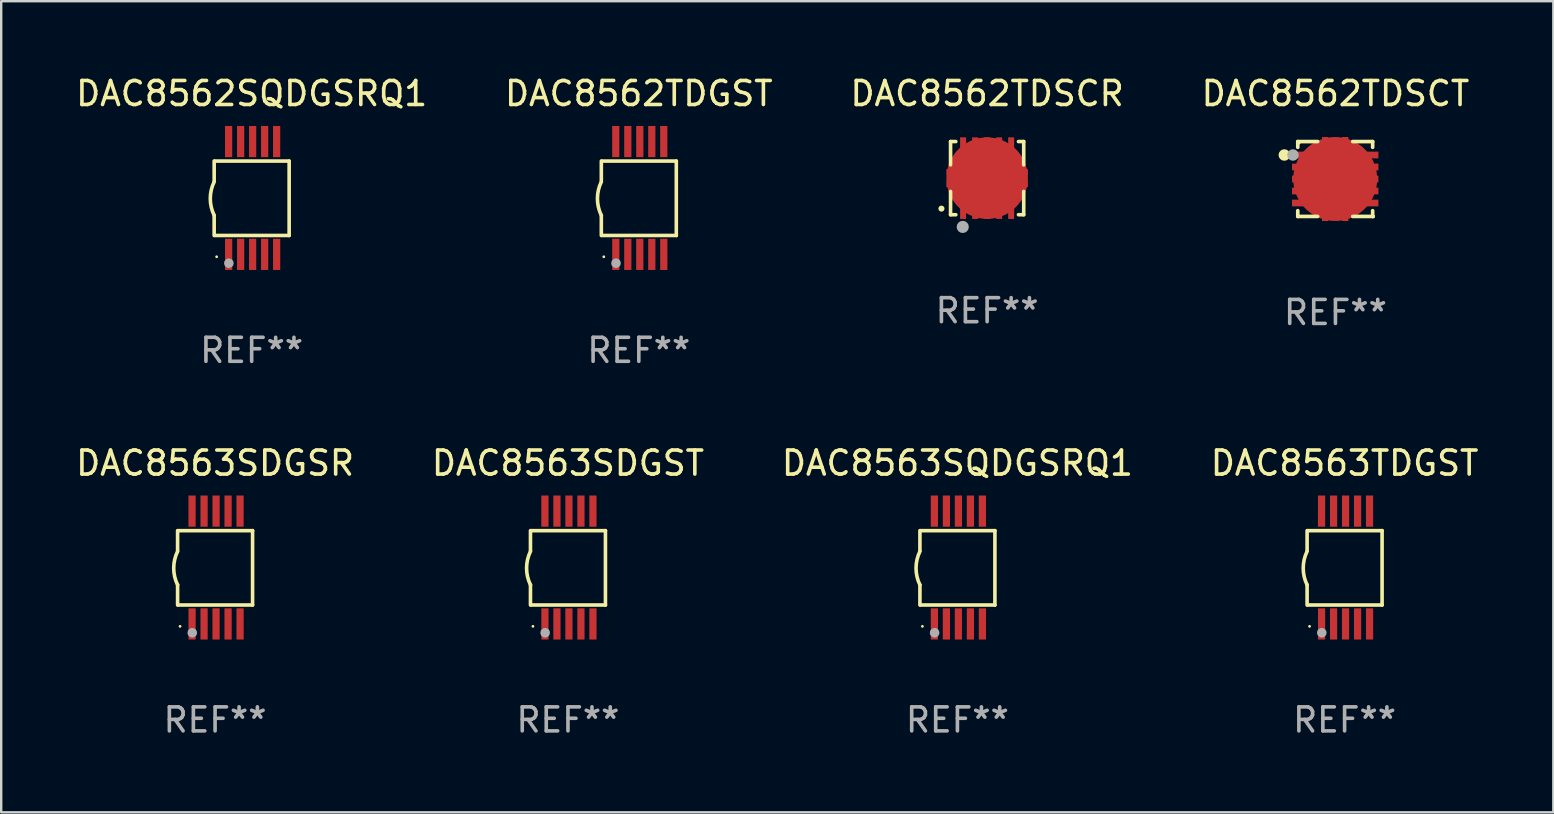
<source format=kicad_pcb>
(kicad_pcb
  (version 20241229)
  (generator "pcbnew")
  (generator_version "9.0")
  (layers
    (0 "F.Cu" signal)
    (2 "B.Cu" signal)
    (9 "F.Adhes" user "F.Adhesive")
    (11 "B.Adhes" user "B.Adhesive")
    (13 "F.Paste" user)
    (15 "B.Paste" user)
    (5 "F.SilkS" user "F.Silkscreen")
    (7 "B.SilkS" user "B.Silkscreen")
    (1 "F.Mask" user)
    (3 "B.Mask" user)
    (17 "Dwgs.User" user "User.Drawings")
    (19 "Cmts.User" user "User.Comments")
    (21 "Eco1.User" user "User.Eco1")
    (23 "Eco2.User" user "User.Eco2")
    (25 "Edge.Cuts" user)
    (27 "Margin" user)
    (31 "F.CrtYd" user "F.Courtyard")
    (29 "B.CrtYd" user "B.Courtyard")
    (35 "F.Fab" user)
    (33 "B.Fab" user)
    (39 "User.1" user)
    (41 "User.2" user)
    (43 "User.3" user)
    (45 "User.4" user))
  (footprint "DAC8563TDGST"
    (layer "F.Cu")
    (at 52.97 20.595)
    (property "Reference" "DAC8563TDGST" (at 0 -4.35 0) (layer "F.SilkS") (effects (font (size 1 1) (thickness 0.15))))
    (attr through_hole)
    (fp_line (start -1.562 -1.537) (end -1.562 -0.698) (stroke (width 0.15) (type solid)) (layer "F.SilkS"))
    (fp_line (start -1.562 0.724) (end -1.562 1.562) (stroke (width 0.15) (type solid)) (layer "F.SilkS"))
    (fp_line (start -1.538 -1.537) (end 1.562 -1.537) (stroke (width 0.15) (type solid)) (layer "F.SilkS"))
    (fp_line (start -1.538 1.562) (end 1.562 1.562) (stroke (width 0.15) (type solid)) (layer "F.SilkS"))
    (fp_line (start 1.562 1.564) (end 1.562 -1.537) (stroke (width 0.15) (type solid)) (layer "F.SilkS"))
    (fp_arc (start -1.562103 0.724079) (mid -1.723579 0.025578) (end -1.562103 -0.672924) (stroke (width 0.150013) (type solid)) (layer "F.SilkS"))
    (fp_circle (center -1.459 2.45) (end -1.429 2.45) (stroke (width 0.06) (type solid)) (fill no) (layer "F.SilkS"))
    (fp_circle (center -0.95 2.718) (end -0.85 2.718) (stroke (width 0.2) (type solid)) (fill no) (layer "F.Fab"))
    (fp_text user "REF**" (at 0 6.35 0) (layer "F.Fab") (effects (font (size 1 1) (thickness 0.15))))
    (pad "1" smd rect (at -0.959 2.35) (size 0.3 1.3) (layers "F.Cu" "F.Mask" "F.Paste"))
    (pad "2" smd rect (at -0.459 2.35) (size 0.3 1.3) (layers "F.Cu" "F.Mask" "F.Paste"))
    (pad "3" smd rect (at 0.04 2.35) (size 0.3 1.3) (layers "F.Cu" "F.Mask" "F.Paste"))
    (pad "4" smd rect (at 0.541 2.35) (size 0.3 1.3) (layers "F.Cu" "F.Mask" "F.Paste"))
    (pad "5" smd rect (at 1.041 2.35) (size 0.3 1.3) (layers "F.Cu" "F.Mask" "F.Paste"))
    (pad "6" smd rect (at 1.04 -2.35) (size 0.3 1.3) (layers "F.Cu" "F.Mask" "F.Paste"))
    (pad "7" smd rect (at 0.541 -2.35) (size 0.3 1.3) (layers "F.Cu" "F.Mask" "F.Paste"))
    (pad "8" smd rect (at 0.041 -2.35) (size 0.3 1.3) (layers "F.Cu" "F.Mask" "F.Paste"))
    (pad "9" smd rect (at -0.459 -2.35) (size 0.3 1.3) (layers "F.Cu" "F.Mask" "F.Paste"))
    (pad "10" smd rect (at -0.96 -2.35) (size 0.3 1.3) (layers "F.Cu" "F.Mask" "F.Paste")))
  (footprint "DAC8563SDGSR"
    (layer "F.Cu")
    (at 5.911 20.595)
    (property "Reference" "DAC8563SDGSR" (at 0 -4.35 0) (layer "F.SilkS") (effects (font (size 1 1) (thickness 0.15))))
    (attr through_hole)
    (fp_line (start -1.562 -1.537) (end -1.562 -0.698) (stroke (width 0.15) (type solid)) (layer "F.SilkS"))
    (fp_line (start -1.562 0.724) (end -1.562 1.562) (stroke (width 0.15) (type solid)) (layer "F.SilkS"))
    (fp_line (start -1.538 -1.537) (end 1.562 -1.537) (stroke (width 0.15) (type solid)) (layer "F.SilkS"))
    (fp_line (start -1.538 1.562) (end 1.562 1.562) (stroke (width 0.15) (type solid)) (layer "F.SilkS"))
    (fp_line (start 1.562 1.564) (end 1.562 -1.537) (stroke (width 0.15) (type solid)) (layer "F.SilkS"))
    (fp_arc (start -1.562103 0.724079) (mid -1.723579 0.025578) (end -1.562103 -0.672924) (stroke (width 0.150013) (type solid)) (layer "F.SilkS"))
    (fp_circle (center -1.459 2.45) (end -1.429 2.45) (stroke (width 0.06) (type solid)) (fill no) (layer "F.SilkS"))
    (fp_circle (center -0.95 2.718) (end -0.85 2.718) (stroke (width 0.2) (type solid)) (fill no) (layer "F.Fab"))
    (fp_text user "REF**" (at 0 6.35 0) (layer "F.Fab") (effects (font (size 1 1) (thickness 0.15))))
    (pad "1" smd rect (at -0.959 2.35) (size 0.3 1.3) (layers "F.Cu" "F.Mask" "F.Paste"))
    (pad "2" smd rect (at -0.459 2.35) (size 0.3 1.3) (layers "F.Cu" "F.Mask" "F.Paste"))
    (pad "3" smd rect (at 0.04 2.35) (size 0.3 1.3) (layers "F.Cu" "F.Mask" "F.Paste"))
    (pad "4" smd rect (at 0.541 2.35) (size 0.3 1.3) (layers "F.Cu" "F.Mask" "F.Paste"))
    (pad "5" smd rect (at 1.041 2.35) (size 0.3 1.3) (layers "F.Cu" "F.Mask" "F.Paste"))
    (pad "6" smd rect (at 1.04 -2.35) (size 0.3 1.3) (layers "F.Cu" "F.Mask" "F.Paste"))
    (pad "7" smd rect (at 0.541 -2.35) (size 0.3 1.3) (layers "F.Cu" "F.Mask" "F.Paste"))
    (pad "8" smd rect (at 0.041 -2.35) (size 0.3 1.3) (layers "F.Cu" "F.Mask" "F.Paste"))
    (pad "9" smd rect (at -0.459 -2.35) (size 0.3 1.3) (layers "F.Cu" "F.Mask" "F.Paste"))
    (pad "10" smd rect (at -0.96 -2.35) (size 0.3 1.3) (layers "F.Cu" "F.Mask" "F.Paste")))
  (footprint "DAC8562TDSCR"
    (layer "F.Cu")
    (at 38.077 4.372)
    (property "Reference" "DAC8562TDSCR" (at 0 -3.524 0) (layer "F.SilkS") (effects (font (size 1 1) (thickness 0.15))))
    (attr through_hole)
    (fp_line (start -1.524 -1.524) (end -1.524 -0.554) (stroke (width 0.15) (type solid)) (layer "F.SilkS"))
    (fp_line (start -1.524 0.554) (end -1.524 1.524) (stroke (width 0.15) (type solid)) (layer "F.SilkS"))
    (fp_line (start -1.524 1.524) (end -1.305 1.524) (stroke (width 0.15) (type solid)) (layer "F.SilkS"))
    (fp_line (start -1.305 -1.524) (end -1.524 -1.524) (stroke (width 0.15) (type solid)) (layer "F.SilkS"))
    (fp_line (start 1.305 1.524) (end 1.524 1.524) (stroke (width 0.15) (type solid)) (layer "F.SilkS"))
    (fp_line (start 1.524 -1.524) (end 1.305 -1.524) (stroke (width 0.15) (type solid)) (layer "F.SilkS"))
    (fp_line (start 1.524 -0.554) (end 1.524 -1.524) (stroke (width 0.15) (type solid)) (layer "F.SilkS"))
    (fp_line (start 1.524 1.524) (end 1.524 0.554) (stroke (width 0.15) (type solid)) (layer "F.SilkS"))
    (fp_arc (start -1.905004 1.270003) (mid -1.903734 1.269996) (end -1.902464 1.270003) (stroke (width 0.25) (type solid)) (layer "F.SilkS"))
    (fp_circle (center -1.504 1.502) (end -1.474 1.502) (stroke (width 0.06) (type solid)) (fill no) (layer "F.SilkS"))
    (fp_circle (center -1.016 2.032) (end -0.889 2.032) (stroke (width 0.254) (type solid)) (fill no) (layer "F.Fab"))
    (fp_text user "REF**" (at 0 5.524 0) (layer "F.Fab") (effects (font (size 1 1) (thickness 0.15))))
    (pad "1" smd rect (at -1.001 1.4 180) (size 0.25 0.6) (layers "F.Cu" "F.Mask" "F.Paste"))
    (pad "2" smd rect (at -0.5 1.4 180) (size 0.25 0.6) (layers "F.Cu" "F.Mask" "F.Paste"))
    (pad "3" smd rect (at 0.000102 1.4 180) (size 0.25 0.6) (layers "F.Cu" "F.Mask" "F.Paste"))
    (pad "4" smd rect (at 0.5 1.4 180) (size 0.25 0.6) (layers "F.Cu" "F.Mask" "F.Paste"))
    (pad "5" smd rect (at 1.001 1.4 180) (size 0.25 0.6) (layers "F.Cu" "F.Mask" "F.Paste"))
    (pad "6" smd rect (at 1.001 -1.4) (size 0.25 0.6) (layers "F.Cu" "F.Mask" "F.Paste"))
    (pad "7" smd rect (at 0.5 -1.4) (size 0.25 0.6) (layers "F.Cu" "F.Mask" "F.Paste"))
    (pad "8" smd rect (at 0.000102 -1.4) (size 0.25 0.6) (layers "F.Cu" "F.Mask" "F.Paste"))
    (pad "9" smd rect (at -0.5 -1.4) (size 0.25 0.6) (layers "F.Cu" "F.Mask" "F.Paste"))
    (pad "10" smd rect (at -1.001 -1.4) (size 0.25 0.6) (layers "F.Cu" "F.Mask" "F.Paste"))
    (pad "11" smd custom (at 0.000102 0.000102) (size 3.4 1.65) (layers "F.Cu" "F.Mask" "F.Paste") (options (anchor circle)) (primitives (gr_poly (pts (xy -1.7 0.125) (xy -1.2 0.125) (xy -1.2 -0.125) (xy -1.7 -0.125) (xy -1.7 -0.375) (xy -1.2 -0.375) (xy -1.2 -0.825) (xy 1.2 -0.825) (xy 1.2 -0.375) (xy 1.7 -0.375) (xy 1.7 -0.125) (xy 1.2 -0.125) (xy 1.2 0.125) (xy 1.7 0.125) (xy 1.7 0.375) (xy 1.2 0.375) (xy 1.2 0.825) (xy -1.2 0.825) (xy -1.2 0.375) (xy -1.7 0.375)) (width 0) (fill yes)))))
  (footprint "DAC8562SQDGSRQ1"
    (layer "F.Cu")
    (at 7.435 5.198)
    (property "Reference" "DAC8562SQDGSRQ1" (at 0 -4.35 0) (layer "F.SilkS") (effects (font (size 1 1) (thickness 0.15))))
    (attr through_hole)
    (fp_line (start -1.562 -1.537) (end -1.562 -0.698) (stroke (width 0.15) (type solid)) (layer "F.SilkS"))
    (fp_line (start -1.562 0.724) (end -1.562 1.562) (stroke (width 0.15) (type solid)) (layer "F.SilkS"))
    (fp_line (start -1.538 -1.537) (end 1.562 -1.537) (stroke (width 0.15) (type solid)) (layer "F.SilkS"))
    (fp_line (start -1.538 1.562) (end 1.562 1.562) (stroke (width 0.15) (type solid)) (layer "F.SilkS"))
    (fp_line (start 1.562 1.564) (end 1.562 -1.537) (stroke (width 0.15) (type solid)) (layer "F.SilkS"))
    (fp_arc (start -1.562103 0.724079) (mid -1.723579 0.025578) (end -1.562103 -0.672924) (stroke (width 0.150013) (type solid)) (layer "F.SilkS"))
    (fp_circle (center -1.459 2.45) (end -1.429 2.45) (stroke (width 0.06) (type solid)) (fill no) (layer "F.SilkS"))
    (fp_circle (center -0.95 2.718) (end -0.85 2.718) (stroke (width 0.2) (type solid)) (fill no) (layer "F.Fab"))
    (fp_text user "REF**" (at 0 6.35 0) (layer "F.Fab") (effects (font (size 1 1) (thickness 0.15))))
    (pad "1" smd rect (at -0.959 2.35) (size 0.3 1.3) (layers "F.Cu" "F.Mask" "F.Paste"))
    (pad "2" smd rect (at -0.459 2.35) (size 0.3 1.3) (layers "F.Cu" "F.Mask" "F.Paste"))
    (pad "3" smd rect (at 0.04 2.35) (size 0.3 1.3) (layers "F.Cu" "F.Mask" "F.Paste"))
    (pad "4" smd rect (at 0.541 2.35) (size 0.3 1.3) (layers "F.Cu" "F.Mask" "F.Paste"))
    (pad "5" smd rect (at 1.041 2.35) (size 0.3 1.3) (layers "F.Cu" "F.Mask" "F.Paste"))
    (pad "6" smd rect (at 1.04 -2.35) (size 0.3 1.3) (layers "F.Cu" "F.Mask" "F.Paste"))
    (pad "7" smd rect (at 0.541 -2.35) (size 0.3 1.3) (layers "F.Cu" "F.Mask" "F.Paste"))
    (pad "8" smd rect (at 0.041 -2.35) (size 0.3 1.3) (layers "F.Cu" "F.Mask" "F.Paste"))
    (pad "9" smd rect (at -0.459 -2.35) (size 0.3 1.3) (layers "F.Cu" "F.Mask" "F.Paste"))
    (pad "10" smd rect (at -0.96 -2.35) (size 0.3 1.3) (layers "F.Cu" "F.Mask" "F.Paste")))
  (footprint "DAC8562TDGST"
    (layer "F.Cu")
    (at 23.565 5.198)
    (property "Reference" "DAC8562TDGST" (at 0 -4.35 0) (layer "F.SilkS") (effects (font (size 1 1) (thickness 0.15))))
    (attr through_hole)
    (fp_line (start -1.562 -1.537) (end -1.562 -0.698) (stroke (width 0.15) (type solid)) (layer "F.SilkS"))
    (fp_line (start -1.562 0.724) (end -1.562 1.562) (stroke (width 0.15) (type solid)) (layer "F.SilkS"))
    (fp_line (start -1.538 -1.537) (end 1.562 -1.537) (stroke (width 0.15) (type solid)) (layer "F.SilkS"))
    (fp_line (start -1.538 1.562) (end 1.562 1.562) (stroke (width 0.15) (type solid)) (layer "F.SilkS"))
    (fp_line (start 1.562 1.564) (end 1.562 -1.537) (stroke (width 0.15) (type solid)) (layer "F.SilkS"))
    (fp_arc (start -1.562103 0.724079) (mid -1.723579 0.025578) (end -1.562103 -0.672924) (stroke (width 0.150013) (type solid)) (layer "F.SilkS"))
    (fp_circle (center -1.459 2.45) (end -1.429 2.45) (stroke (width 0.06) (type solid)) (fill no) (layer "F.SilkS"))
    (fp_circle (center -0.95 2.718) (end -0.85 2.718) (stroke (width 0.2) (type solid)) (fill no) (layer "F.Fab"))
    (fp_text user "REF**" (at 0 6.35 0) (layer "F.Fab") (effects (font (size 1 1) (thickness 0.15))))
    (pad "1" smd rect (at -0.959 2.35) (size 0.3 1.3) (layers "F.Cu" "F.Mask" "F.Paste"))
    (pad "2" smd rect (at -0.459 2.35) (size 0.3 1.3) (layers "F.Cu" "F.Mask" "F.Paste"))
    (pad "3" smd rect (at 0.04 2.35) (size 0.3 1.3) (layers "F.Cu" "F.Mask" "F.Paste"))
    (pad "4" smd rect (at 0.541 2.35) (size 0.3 1.3) (layers "F.Cu" "F.Mask" "F.Paste"))
    (pad "5" smd rect (at 1.041 2.35) (size 0.3 1.3) (layers "F.Cu" "F.Mask" "F.Paste"))
    (pad "6" smd rect (at 1.04 -2.35) (size 0.3 1.3) (layers "F.Cu" "F.Mask" "F.Paste"))
    (pad "7" smd rect (at 0.541 -2.35) (size 0.3 1.3) (layers "F.Cu" "F.Mask" "F.Paste"))
    (pad "8" smd rect (at 0.041 -2.35) (size 0.3 1.3) (layers "F.Cu" "F.Mask" "F.Paste"))
    (pad "9" smd rect (at -0.459 -2.35) (size 0.3 1.3) (layers "F.Cu" "F.Mask" "F.Paste"))
    (pad "10" smd rect (at -0.96 -2.35) (size 0.3 1.3) (layers "F.Cu" "F.Mask" "F.Paste")))
  (footprint "DAC8563SDGST"
    (layer "F.Cu")
    (at 20.613 20.595)
    (property "Reference" "DAC8563SDGST" (at 0 -4.35 0) (layer "F.SilkS") (effects (font (size 1 1) (thickness 0.15))))
    (attr through_hole)
    (fp_line (start -1.562 -1.537) (end -1.562 -0.698) (stroke (width 0.15) (type solid)) (layer "F.SilkS"))
    (fp_line (start -1.562 0.724) (end -1.562 1.562) (stroke (width 0.15) (type solid)) (layer "F.SilkS"))
    (fp_line (start -1.538 -1.537) (end 1.562 -1.537) (stroke (width 0.15) (type solid)) (layer "F.SilkS"))
    (fp_line (start -1.538 1.562) (end 1.562 1.562) (stroke (width 0.15) (type solid)) (layer "F.SilkS"))
    (fp_line (start 1.562 1.564) (end 1.562 -1.537) (stroke (width 0.15) (type solid)) (layer "F.SilkS"))
    (fp_arc (start -1.562103 0.724079) (mid -1.723579 0.025578) (end -1.562103 -0.672924) (stroke (width 0.150013) (type solid)) (layer "F.SilkS"))
    (fp_circle (center -1.459 2.45) (end -1.429 2.45) (stroke (width 0.06) (type solid)) (fill no) (layer "F.SilkS"))
    (fp_circle (center -0.95 2.718) (end -0.85 2.718) (stroke (width 0.2) (type solid)) (fill no) (layer "F.Fab"))
    (fp_text user "REF**" (at 0 6.35 0) (layer "F.Fab") (effects (font (size 1 1) (thickness 0.15))))
    (pad "1" smd rect (at -0.959 2.35) (size 0.3 1.3) (layers "F.Cu" "F.Mask" "F.Paste"))
    (pad "2" smd rect (at -0.459 2.35) (size 0.3 1.3) (layers "F.Cu" "F.Mask" "F.Paste"))
    (pad "3" smd rect (at 0.04 2.35) (size 0.3 1.3) (layers "F.Cu" "F.Mask" "F.Paste"))
    (pad "4" smd rect (at 0.541 2.35) (size 0.3 1.3) (layers "F.Cu" "F.Mask" "F.Paste"))
    (pad "5" smd rect (at 1.041 2.35) (size 0.3 1.3) (layers "F.Cu" "F.Mask" "F.Paste"))
    (pad "6" smd rect (at 1.04 -2.35) (size 0.3 1.3) (layers "F.Cu" "F.Mask" "F.Paste"))
    (pad "7" smd rect (at 0.541 -2.35) (size 0.3 1.3) (layers "F.Cu" "F.Mask" "F.Paste"))
    (pad "8" smd rect (at 0.041 -2.35) (size 0.3 1.3) (layers "F.Cu" "F.Mask" "F.Paste"))
    (pad "9" smd rect (at -0.459 -2.35) (size 0.3 1.3) (layers "F.Cu" "F.Mask" "F.Paste"))
    (pad "10" smd rect (at -0.96 -2.35) (size 0.3 1.3) (layers "F.Cu" "F.Mask" "F.Paste")))
  (footprint "DAC8563SQDGSRQ1"
    (layer "F.Cu")
    (at 36.839 20.595)
    (property "Reference" "DAC8563SQDGSRQ1" (at 0 -4.35 0) (layer "F.SilkS") (effects (font (size 1 1) (thickness 0.15))))
    (attr through_hole)
    (fp_line (start -1.562 -1.537) (end -1.562 -0.698) (stroke (width 0.15) (type solid)) (layer "F.SilkS"))
    (fp_line (start -1.562 0.724) (end -1.562 1.562) (stroke (width 0.15) (type solid)) (layer "F.SilkS"))
    (fp_line (start -1.538 -1.537) (end 1.562 -1.537) (stroke (width 0.15) (type solid)) (layer "F.SilkS"))
    (fp_line (start -1.538 1.562) (end 1.562 1.562) (stroke (width 0.15) (type solid)) (layer "F.SilkS"))
    (fp_line (start 1.562 1.564) (end 1.562 -1.537) (stroke (width 0.15) (type solid)) (layer "F.SilkS"))
    (fp_arc (start -1.562103 0.724079) (mid -1.723579 0.025578) (end -1.562103 -0.672924) (stroke (width 0.150013) (type solid)) (layer "F.SilkS"))
    (fp_circle (center -1.459 2.45) (end -1.429 2.45) (stroke (width 0.06) (type solid)) (fill no) (layer "F.SilkS"))
    (fp_circle (center -0.95 2.718) (end -0.85 2.718) (stroke (width 0.2) (type solid)) (fill no) (layer "F.Fab"))
    (fp_text user "REF**" (at 0 6.35 0) (layer "F.Fab") (effects (font (size 1 1) (thickness 0.15))))
    (pad "1" smd rect (at -0.959 2.35) (size 0.3 1.3) (layers "F.Cu" "F.Mask" "F.Paste"))
    (pad "2" smd rect (at -0.459 2.35) (size 0.3 1.3) (layers "F.Cu" "F.Mask" "F.Paste"))
    (pad "3" smd rect (at 0.04 2.35) (size 0.3 1.3) (layers "F.Cu" "F.Mask" "F.Paste"))
    (pad "4" smd rect (at 0.541 2.35) (size 0.3 1.3) (layers "F.Cu" "F.Mask" "F.Paste"))
    (pad "5" smd rect (at 1.041 2.35) (size 0.3 1.3) (layers "F.Cu" "F.Mask" "F.Paste"))
    (pad "6" smd rect (at 1.04 -2.35) (size 0.3 1.3) (layers "F.Cu" "F.Mask" "F.Paste"))
    (pad "7" smd rect (at 0.541 -2.35) (size 0.3 1.3) (layers "F.Cu" "F.Mask" "F.Paste"))
    (pad "8" smd rect (at 0.041 -2.35) (size 0.3 1.3) (layers "F.Cu" "F.Mask" "F.Paste"))
    (pad "9" smd rect (at -0.459 -2.35) (size 0.3 1.3) (layers "F.Cu" "F.Mask" "F.Paste"))
    (pad "10" smd rect (at -0.96 -2.35) (size 0.3 1.3) (layers "F.Cu" "F.Mask" "F.Paste")))
  (footprint "DAC8562TDSCT"
    (layer "F.Cu")
    (at 52.589 4.408)
    (property "Reference" "DAC8562TDSCT" (at 0 -3.56 0) (layer "F.SilkS") (effects (font (size 1 1) (thickness 0.15))))
    (attr through_hole)
    (fp_line (start -1.57 -1.56) (end -1.57 -1.32) (stroke (width 0.152) (type solid)) (layer "F.SilkS"))
    (fp_line (start -1.57 1.32) (end -1.57 1.56) (stroke (width 0.152) (type solid)) (layer "F.SilkS"))
    (fp_line (start -1.57 1.56) (end -0.74 1.56) (stroke (width 0.152) (type solid)) (layer "F.SilkS"))
    (fp_line (start -0.74 -1.56) (end -1.57 -1.56) (stroke (width 0.152) (type solid)) (layer "F.SilkS"))
    (fp_line (start 0.72 1.56) (end 1.57 1.56) (stroke (width 0.152) (type solid)) (layer "F.SilkS"))
    (fp_line (start 1.55 -1.56) (end 0.72 -1.56) (stroke (width 0.152) (type solid)) (layer "F.SilkS"))
    (fp_line (start 1.55 -1.32) (end 1.55 -1.56) (stroke (width 0.152) (type solid)) (layer "F.SilkS"))
    (fp_line (start 1.55 1.56) (end 1.55 1.32) (stroke (width 0.152) (type solid)) (layer "F.SilkS"))
    (fp_line (start 1.57 1.56) (end 1.55 1.56) (stroke (width 0.152) (type solid)) (layer "F.SilkS"))
    (fp_circle (center -2.13 -1) (end -2.01 -1) (stroke (width 0.24) (type solid)) (fill no) (layer "F.SilkS"))
    (fp_circle (center -1.51 -1.5) (end -1.48 -1.5) (stroke (width 0.06) (type solid)) (fill no) (layer "F.SilkS"))
    (fp_circle (center -1.77 -1) (end -1.65 -1) (stroke (width 0.24) (type solid)) (fill no) (layer "F.Fab"))
    (fp_text user "REF**" (at 0 5.56 0) (layer "F.Fab") (effects (font (size 1 1) (thickness 0.15))))
    (pad "1" smd rect (at -1.417 -1) (size 0.785 0.28) (layers "F.Cu" "F.Mask" "F.Paste"))
    (pad "2" smd rect (at -1.417 -0.5) (size 0.785 0.28) (layers "F.Cu" "F.Mask" "F.Paste"))
    (pad "3" smd rect (at -1.417 0) (size 0.785 0.28) (layers "F.Cu" "F.Mask" "F.Paste"))
    (pad "4" smd rect (at -1.417 0.5) (size 0.785 0.28) (layers "F.Cu" "F.Mask" "F.Paste"))
    (pad "5" smd rect (at -1.417 1) (size 0.785 0.28) (layers "F.Cu" "F.Mask" "F.Paste"))
    (pad "6" smd rect (at 1.397 1) (size 0.785 0.28) (layers "F.Cu" "F.Mask" "F.Paste"))
    (pad "7" smd rect (at 1.397 0.5) (size 0.785 0.28) (layers "F.Cu" "F.Mask" "F.Paste"))
    (pad "8" smd rect (at 1.397 0) (size 0.785 0.28) (layers "F.Cu" "F.Mask" "F.Paste"))
    (pad "9" smd rect (at 1.397 -0.5) (size 0.785 0.28) (layers "F.Cu" "F.Mask" "F.Paste"))
    (pad "10" smd rect (at 1.397 -1) (size 0.785 0.28) (layers "F.Cu" "F.Mask" "F.Paste"))
    (pad "11" smd custom (at -0.01 0) (size 3.5 1.1) (layers "F.Cu" "F.Mask" "F.Paste") (options (anchor circle)) (primitives (gr_poly (pts (xy -0.55 -1.75) (xy -0.29 -1.75) (xy -0.29 -1.5) (xy 0.29 -1.5) (xy 0.29 -1.75) (xy 0.55 -1.75) (xy 0.55 1.75) (xy 0.29 1.75) (xy 0.29 1.5) (xy -0.29 1.5) (xy -0.29 1.75) (xy -0.55 1.75)) (width 0) (fill yes)))))
  (gr_rect
    (start -3 -3)
    (end 61.667 30.793)
    (stroke (width 0.1) (type default))
    (fill no)
    (layer "Edge.Cuts")))
</source>
